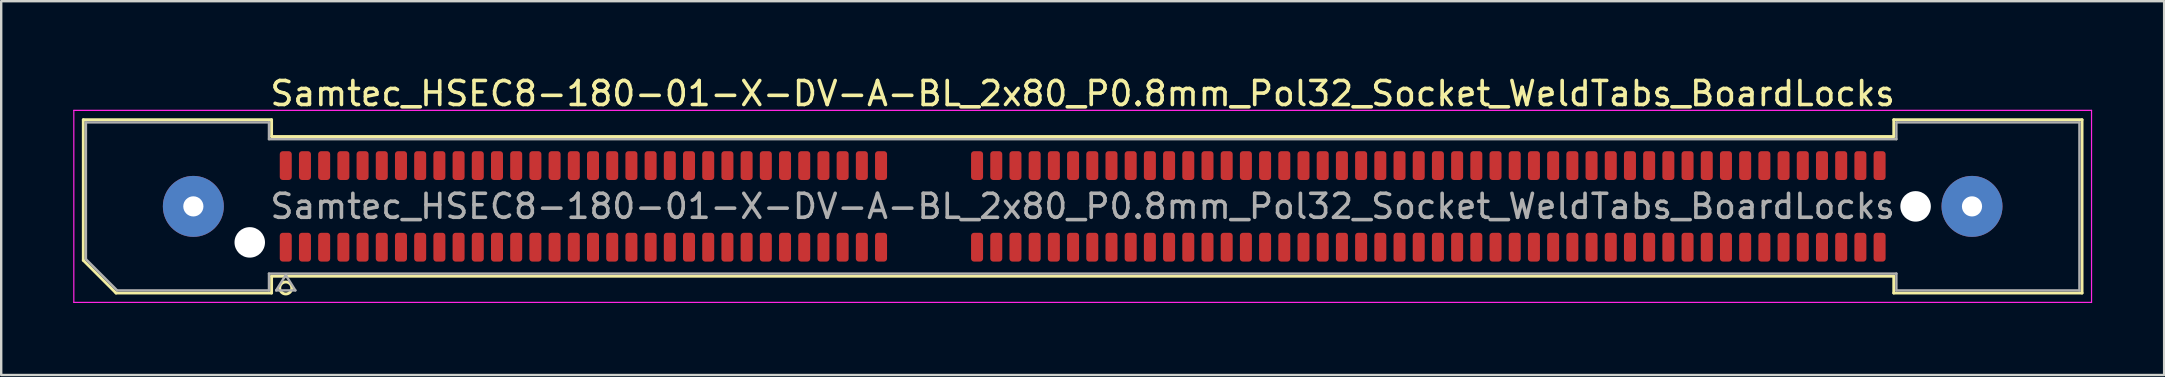
<source format=kicad_pcb>
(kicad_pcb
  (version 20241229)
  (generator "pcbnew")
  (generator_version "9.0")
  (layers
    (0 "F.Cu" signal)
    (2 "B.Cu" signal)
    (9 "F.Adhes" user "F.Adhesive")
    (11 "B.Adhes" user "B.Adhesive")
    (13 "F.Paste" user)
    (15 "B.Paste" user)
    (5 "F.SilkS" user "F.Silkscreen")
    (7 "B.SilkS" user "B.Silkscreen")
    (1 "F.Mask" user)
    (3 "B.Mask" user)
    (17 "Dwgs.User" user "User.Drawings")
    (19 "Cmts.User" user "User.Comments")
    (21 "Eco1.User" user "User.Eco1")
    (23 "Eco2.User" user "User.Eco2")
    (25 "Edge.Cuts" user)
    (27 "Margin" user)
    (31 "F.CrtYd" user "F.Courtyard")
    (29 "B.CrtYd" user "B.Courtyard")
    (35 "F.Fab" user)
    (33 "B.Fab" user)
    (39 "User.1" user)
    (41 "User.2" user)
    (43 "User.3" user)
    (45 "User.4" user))
  (footprint "Samtec_HSEC8-180-01-X-DV-A-BL_2x80_P0.8mm_Pol32_Socket_WeldTabs_BoardLocks"
    (layer "F.Cu")
    (at 42.055 5.548)
    (property "Reference" "Samtec_HSEC8-180-01-X-DV-A-BL_2x80_P0.8mm_Pol32_Socket_WeldTabs_BoardLocks" (at 0 -4.7 0) (layer "F.SilkS") (effects (font (size 1 1) (thickness 0.15))))
    (attr smd)
    (fp_line (start -41.635 -3.61) (end -33.79 -3.61) (stroke (width 0.12) (type solid)) (layer "F.SilkS"))
    (fp_line (start -41.635 2.246) (end -41.635 -3.61) (stroke (width 0.12) (type solid)) (layer "F.SilkS"))
    (fp_line (start -40.271 3.61) (end -41.635 2.246) (stroke (width 0.12) (type solid)) (layer "F.SilkS"))
    (fp_line (start -33.79 -3.61) (end -33.79 -2.91) (stroke (width 0.12) (type solid)) (layer "F.SilkS"))
    (fp_line (start -33.79 -2.91) (end 33.79 -2.91) (stroke (width 0.12) (type solid)) (layer "F.SilkS"))
    (fp_line (start -33.79 2.91) (end -33.79 3.61) (stroke (width 0.12) (type solid)) (layer "F.SilkS"))
    (fp_line (start -33.79 3.61) (end -40.271 3.61) (stroke (width 0.12) (type solid)) (layer "F.SilkS"))
    (fp_line (start 33.79 -3.61) (end 41.635 -3.61) (stroke (width 0.12) (type solid)) (layer "F.SilkS"))
    (fp_line (start 33.79 -2.91) (end 33.79 -3.61) (stroke (width 0.12) (type solid)) (layer "F.SilkS"))
    (fp_line (start 33.79 2.91) (end -33.79 2.91) (stroke (width 0.12) (type solid)) (layer "F.SilkS"))
    (fp_line (start 33.79 3.61) (end 33.79 2.91) (stroke (width 0.12) (type solid)) (layer "F.SilkS"))
    (fp_line (start 41.635 -3.61) (end 41.635 3.61) (stroke (width 0.12) (type solid)) (layer "F.SilkS"))
    (fp_line (start 41.635 3.61) (end 33.79 3.61) (stroke (width 0.12) (type solid)) (layer "F.SilkS"))
    (fp_circle (center -33.2 3.4) (end -32.95 3.4) (stroke (width 0.12) (type solid)) (fill no) (layer "F.SilkS"))
    (fp_line (start -42.03 -4) (end -42.03 4) (stroke (width 0.05) (type solid)) (layer "F.CrtYd"))
    (fp_line (start -42.03 4) (end 42.03 4) (stroke (width 0.05) (type solid)) (layer "F.CrtYd"))
    (fp_line (start 42.03 -4) (end -42.03 -4) (stroke (width 0.05) (type solid)) (layer "F.CrtYd"))
    (fp_line (start 42.03 4) (end 42.03 -4) (stroke (width 0.05) (type solid)) (layer "F.CrtYd"))
    (fp_line (start -41.525 -3.5) (end -33.9 -3.5) (stroke (width 0.1) (type solid)) (layer "F.Fab"))
    (fp_line (start -41.525 2.2) (end -41.525 -3.5) (stroke (width 0.1) (type solid)) (layer "F.Fab"))
    (fp_line (start -40.225 3.5) (end -41.525 2.2) (stroke (width 0.1) (type solid)) (layer "F.Fab"))
    (fp_line (start -33.9 -3.5) (end -33.9 -2.8) (stroke (width 0.1) (type solid)) (layer "F.Fab"))
    (fp_line (start -33.9 -2.8) (end 33.9 -2.8) (stroke (width 0.1) (type solid)) (layer "F.Fab"))
    (fp_line (start -33.9 2.8) (end -33.9 3.5) (stroke (width 0.1) (type solid)) (layer "F.Fab"))
    (fp_line (start -33.9 3.5) (end -40.225 3.5) (stroke (width 0.1) (type solid)) (layer "F.Fab"))
    (fp_line (start -33.6 3.5) (end -33.2 2.86) (stroke (width 0.1) (type solid)) (layer "F.Fab"))
    (fp_line (start -33.2 2.86) (end -32.8 3.5) (stroke (width 0.1) (type solid)) (layer "F.Fab"))
    (fp_line (start -32.8 3.5) (end -33.6 3.5) (stroke (width 0.1) (type solid)) (layer "F.Fab"))
    (fp_line (start 33.9 -3.5) (end 41.525 -3.5) (stroke (width 0.1) (type solid)) (layer "F.Fab"))
    (fp_line (start 33.9 -2.8) (end 33.9 -3.5) (stroke (width 0.1) (type solid)) (layer "F.Fab"))
    (fp_line (start 33.9 2.8) (end -33.9 2.8) (stroke (width 0.1) (type solid)) (layer "F.Fab"))
    (fp_line (start 33.9 3.5) (end 33.9 2.8) (stroke (width 0.1) (type solid)) (layer "F.Fab"))
    (fp_line (start 41.525 -3.5) (end 41.525 3.5) (stroke (width 0.1) (type solid)) (layer "F.Fab"))
    (fp_line (start 41.525 3.5) (end 33.9 3.5) (stroke (width 0.1) (type solid)) (layer "F.Fab"))
    (fp_text user "${REFERENCE}" (at 0 0 0) (layer "F.Fab") (effects (font (size 1 1) (thickness 0.15))))
    (pad "" thru_hole circle (at -37.05 0) (size 2.54 2.54) (drill 0.84) (layers "*.Cu" "*.Mask" "F.Paste"))
    (pad "" np_thru_hole circle (at -34.7 1.5) (size 1.27 1.27) (drill 1.27) (layers "*.Cu" "*.Mask"))
    (pad "" np_thru_hole circle (at 34.7 0) (size 1.27 1.27) (drill 1.27) (layers "*.Cu" "*.Mask"))
    (pad "" thru_hole circle (at 37.05 0) (size 2.54 2.54) (drill 0.84) (layers "*.Cu" "*.Mask" "F.Paste"))
    (pad "1" smd roundrect (at -33.2 1.7) (size 0.5 1.2) (layers "F.Cu" "F.Mask" "F.Paste") (roundrect_rratio 0.25))
    (pad "2" smd roundrect (at -33.2 -1.7) (size 0.5 1.2) (layers "F.Cu" "F.Mask" "F.Paste") (roundrect_rratio 0.25))
    (pad "3" smd roundrect (at -32.4 1.7) (size 0.5 1.2) (layers "F.Cu" "F.Mask" "F.Paste") (roundrect_rratio 0.25))
    (pad "4" smd roundrect (at -32.4 -1.7) (size 0.5 1.2) (layers "F.Cu" "F.Mask" "F.Paste") (roundrect_rratio 0.25))
    (pad "5" smd roundrect (at -31.6 1.7) (size 0.5 1.2) (layers "F.Cu" "F.Mask" "F.Paste") (roundrect_rratio 0.25))
    (pad "6" smd roundrect (at -31.6 -1.7) (size 0.5 1.2) (layers "F.Cu" "F.Mask" "F.Paste") (roundrect_rratio 0.25))
    (pad "7" smd roundrect (at -30.8 1.7) (size 0.5 1.2) (layers "F.Cu" "F.Mask" "F.Paste") (roundrect_rratio 0.25))
    (pad "8" smd roundrect (at -30.8 -1.7) (size 0.5 1.2) (layers "F.Cu" "F.Mask" "F.Paste") (roundrect_rratio 0.25))
    (pad "9" smd roundrect (at -30 1.7) (size 0.5 1.2) (layers "F.Cu" "F.Mask" "F.Paste") (roundrect_rratio 0.25))
    (pad "10" smd roundrect (at -30 -1.7) (size 0.5 1.2) (layers "F.Cu" "F.Mask" "F.Paste") (roundrect_rratio 0.25))
    (pad "11" smd roundrect (at -29.2 1.7) (size 0.5 1.2) (layers "F.Cu" "F.Mask" "F.Paste") (roundrect_rratio 0.25))
    (pad "12" smd roundrect (at -29.2 -1.7) (size 0.5 1.2) (layers "F.Cu" "F.Mask" "F.Paste") (roundrect_rratio 0.25))
    (pad "13" smd roundrect (at -28.4 1.7) (size 0.5 1.2) (layers "F.Cu" "F.Mask" "F.Paste") (roundrect_rratio 0.25))
    (pad "14" smd roundrect (at -28.4 -1.7) (size 0.5 1.2) (layers "F.Cu" "F.Mask" "F.Paste") (roundrect_rratio 0.25))
    (pad "15" smd roundrect (at -27.6 1.7) (size 0.5 1.2) (layers "F.Cu" "F.Mask" "F.Paste") (roundrect_rratio 0.25))
    (pad "16" smd roundrect (at -27.6 -1.7) (size 0.5 1.2) (layers "F.Cu" "F.Mask" "F.Paste") (roundrect_rratio 0.25))
    (pad "17" smd roundrect (at -26.8 1.7) (size 0.5 1.2) (layers "F.Cu" "F.Mask" "F.Paste") (roundrect_rratio 0.25))
    (pad "18" smd roundrect (at -26.8 -1.7) (size 0.5 1.2) (layers "F.Cu" "F.Mask" "F.Paste") (roundrect_rratio 0.25))
    (pad "19" smd roundrect (at -26 1.7) (size 0.5 1.2) (layers "F.Cu" "F.Mask" "F.Paste") (roundrect_rratio 0.25))
    (pad "20" smd roundrect (at -26 -1.7) (size 0.5 1.2) (layers "F.Cu" "F.Mask" "F.Paste") (roundrect_rratio 0.25))
    (pad "21" smd roundrect (at -25.2 1.7) (size 0.5 1.2) (layers "F.Cu" "F.Mask" "F.Paste") (roundrect_rratio 0.25))
    (pad "22" smd roundrect (at -25.2 -1.7) (size 0.5 1.2) (layers "F.Cu" "F.Mask" "F.Paste") (roundrect_rratio 0.25))
    (pad "23" smd roundrect (at -24.4 1.7) (size 0.5 1.2) (layers "F.Cu" "F.Mask" "F.Paste") (roundrect_rratio 0.25))
    (pad "24" smd roundrect (at -24.4 -1.7) (size 0.5 1.2) (layers "F.Cu" "F.Mask" "F.Paste") (roundrect_rratio 0.25))
    (pad "25" smd roundrect (at -23.6 1.7) (size 0.5 1.2) (layers "F.Cu" "F.Mask" "F.Paste") (roundrect_rratio 0.25))
    (pad "26" smd roundrect (at -23.6 -1.7) (size 0.5 1.2) (layers "F.Cu" "F.Mask" "F.Paste") (roundrect_rratio 0.25))
    (pad "27" smd roundrect (at -22.8 1.7) (size 0.5 1.2) (layers "F.Cu" "F.Mask" "F.Paste") (roundrect_rratio 0.25))
    (pad "28" smd roundrect (at -22.8 -1.7) (size 0.5 1.2) (layers "F.Cu" "F.Mask" "F.Paste") (roundrect_rratio 0.25))
    (pad "29" smd roundrect (at -22 1.7) (size 0.5 1.2) (layers "F.Cu" "F.Mask" "F.Paste") (roundrect_rratio 0.25))
    (pad "30" smd roundrect (at -22 -1.7) (size 0.5 1.2) (layers "F.Cu" "F.Mask" "F.Paste") (roundrect_rratio 0.25))
    (pad "31" smd roundrect (at -21.2 1.7) (size 0.5 1.2) (layers "F.Cu" "F.Mask" "F.Paste") (roundrect_rratio 0.25))
    (pad "32" smd roundrect (at -21.2 -1.7) (size 0.5 1.2) (layers "F.Cu" "F.Mask" "F.Paste") (roundrect_rratio 0.25))
    (pad "33" smd roundrect (at -20.4 1.7) (size 0.5 1.2) (layers "F.Cu" "F.Mask" "F.Paste") (roundrect_rratio 0.25))
    (pad "34" smd roundrect (at -20.4 -1.7) (size 0.5 1.2) (layers "F.Cu" "F.Mask" "F.Paste") (roundrect_rratio 0.25))
    (pad "35" smd roundrect (at -19.6 1.7) (size 0.5 1.2) (layers "F.Cu" "F.Mask" "F.Paste") (roundrect_rratio 0.25))
    (pad "36" smd roundrect (at -19.6 -1.7) (size 0.5 1.2) (layers "F.Cu" "F.Mask" "F.Paste") (roundrect_rratio 0.25))
    (pad "37" smd roundrect (at -18.8 1.7) (size 0.5 1.2) (layers "F.Cu" "F.Mask" "F.Paste") (roundrect_rratio 0.25))
    (pad "38" smd roundrect (at -18.8 -1.7) (size 0.5 1.2) (layers "F.Cu" "F.Mask" "F.Paste") (roundrect_rratio 0.25))
    (pad "39" smd roundrect (at -18 1.7) (size 0.5 1.2) (layers "F.Cu" "F.Mask" "F.Paste") (roundrect_rratio 0.25))
    (pad "40" smd roundrect (at -18 -1.7) (size 0.5 1.2) (layers "F.Cu" "F.Mask" "F.Paste") (roundrect_rratio 0.25))
    (pad "41" smd roundrect (at -17.2 1.7) (size 0.5 1.2) (layers "F.Cu" "F.Mask" "F.Paste") (roundrect_rratio 0.25))
    (pad "42" smd roundrect (at -17.2 -1.7) (size 0.5 1.2) (layers "F.Cu" "F.Mask" "F.Paste") (roundrect_rratio 0.25))
    (pad "43" smd roundrect (at -16.4 1.7) (size 0.5 1.2) (layers "F.Cu" "F.Mask" "F.Paste") (roundrect_rratio 0.25))
    (pad "44" smd roundrect (at -16.4 -1.7) (size 0.5 1.2) (layers "F.Cu" "F.Mask" "F.Paste") (roundrect_rratio 0.25))
    (pad "45" smd roundrect (at -15.6 1.7) (size 0.5 1.2) (layers "F.Cu" "F.Mask" "F.Paste") (roundrect_rratio 0.25))
    (pad "46" smd roundrect (at -15.6 -1.7) (size 0.5 1.2) (layers "F.Cu" "F.Mask" "F.Paste") (roundrect_rratio 0.25))
    (pad "47" smd roundrect (at -14.8 1.7) (size 0.5 1.2) (layers "F.Cu" "F.Mask" "F.Paste") (roundrect_rratio 0.25))
    (pad "48" smd roundrect (at -14.8 -1.7) (size 0.5 1.2) (layers "F.Cu" "F.Mask" "F.Paste") (roundrect_rratio 0.25))
    (pad "49" smd roundrect (at -14 1.7) (size 0.5 1.2) (layers "F.Cu" "F.Mask" "F.Paste") (roundrect_rratio 0.25))
    (pad "50" smd roundrect (at -14 -1.7) (size 0.5 1.2) (layers "F.Cu" "F.Mask" "F.Paste") (roundrect_rratio 0.25))
    (pad "51" smd roundrect (at -13.2 1.7) (size 0.5 1.2) (layers "F.Cu" "F.Mask" "F.Paste") (roundrect_rratio 0.25))
    (pad "52" smd roundrect (at -13.2 -1.7) (size 0.5 1.2) (layers "F.Cu" "F.Mask" "F.Paste") (roundrect_rratio 0.25))
    (pad "53" smd roundrect (at -12.4 1.7) (size 0.5 1.2) (layers "F.Cu" "F.Mask" "F.Paste") (roundrect_rratio 0.25))
    (pad "54" smd roundrect (at -12.4 -1.7) (size 0.5 1.2) (layers "F.Cu" "F.Mask" "F.Paste") (roundrect_rratio 0.25))
    (pad "55" smd roundrect (at -11.6 1.7) (size 0.5 1.2) (layers "F.Cu" "F.Mask" "F.Paste") (roundrect_rratio 0.25))
    (pad "56" smd roundrect (at -11.6 -1.7) (size 0.5 1.2) (layers "F.Cu" "F.Mask" "F.Paste") (roundrect_rratio 0.25))
    (pad "57" smd roundrect (at -10.8 1.7) (size 0.5 1.2) (layers "F.Cu" "F.Mask" "F.Paste") (roundrect_rratio 0.25))
    (pad "58" smd roundrect (at -10.8 -1.7) (size 0.5 1.2) (layers "F.Cu" "F.Mask" "F.Paste") (roundrect_rratio 0.25))
    (pad "59" smd roundrect (at -10 1.7) (size 0.5 1.2) (layers "F.Cu" "F.Mask" "F.Paste") (roundrect_rratio 0.25))
    (pad "60" smd roundrect (at -10 -1.7) (size 0.5 1.2) (layers "F.Cu" "F.Mask" "F.Paste") (roundrect_rratio 0.25))
    (pad "61" smd roundrect (at -9.2 1.7) (size 0.5 1.2) (layers "F.Cu" "F.Mask" "F.Paste") (roundrect_rratio 0.25))
    (pad "62" smd roundrect (at -9.2 -1.7) (size 0.5 1.2) (layers "F.Cu" "F.Mask" "F.Paste") (roundrect_rratio 0.25))
    (pad "63" smd roundrect (at -8.4 1.7) (size 0.5 1.2) (layers "F.Cu" "F.Mask" "F.Paste") (roundrect_rratio 0.25))
    (pad "64" smd roundrect (at -8.4 -1.7) (size 0.5 1.2) (layers "F.Cu" "F.Mask" "F.Paste") (roundrect_rratio 0.25))
    (pad "65" smd roundrect (at -4.4 1.7) (size 0.5 1.2) (layers "F.Cu" "F.Mask" "F.Paste") (roundrect_rratio 0.25))
    (pad "66" smd roundrect (at -4.4 -1.7) (size 0.5 1.2) (layers "F.Cu" "F.Mask" "F.Paste") (roundrect_rratio 0.25))
    (pad "67" smd roundrect (at -3.6 1.7) (size 0.5 1.2) (layers "F.Cu" "F.Mask" "F.Paste") (roundrect_rratio 0.25))
    (pad "68" smd roundrect (at -3.6 -1.7) (size 0.5 1.2) (layers "F.Cu" "F.Mask" "F.Paste") (roundrect_rratio 0.25))
    (pad "69" smd roundrect (at -2.8 1.7) (size 0.5 1.2) (layers "F.Cu" "F.Mask" "F.Paste") (roundrect_rratio 0.25))
    (pad "70" smd roundrect (at -2.8 -1.7) (size 0.5 1.2) (layers "F.Cu" "F.Mask" "F.Paste") (roundrect_rratio 0.25))
    (pad "71" smd roundrect (at -2 1.7) (size 0.5 1.2) (layers "F.Cu" "F.Mask" "F.Paste") (roundrect_rratio 0.25))
    (pad "72" smd roundrect (at -2 -1.7) (size 0.5 1.2) (layers "F.Cu" "F.Mask" "F.Paste") (roundrect_rratio 0.25))
    (pad "73" smd roundrect (at -1.2 1.7) (size 0.5 1.2) (layers "F.Cu" "F.Mask" "F.Paste") (roundrect_rratio 0.25))
    (pad "74" smd roundrect (at -1.2 -1.7) (size 0.5 1.2) (layers "F.Cu" "F.Mask" "F.Paste") (roundrect_rratio 0.25))
    (pad "75" smd roundrect (at -0.4 1.7) (size 0.5 1.2) (layers "F.Cu" "F.Mask" "F.Paste") (roundrect_rratio 0.25))
    (pad "76" smd roundrect (at -0.4 -1.7) (size 0.5 1.2) (layers "F.Cu" "F.Mask" "F.Paste") (roundrect_rratio 0.25))
    (pad "77" smd roundrect (at 0.4 1.7) (size 0.5 1.2) (layers "F.Cu" "F.Mask" "F.Paste") (roundrect_rratio 0.25))
    (pad "78" smd roundrect (at 0.4 -1.7) (size 0.5 1.2) (layers "F.Cu" "F.Mask" "F.Paste") (roundrect_rratio 0.25))
    (pad "79" smd roundrect (at 1.2 1.7) (size 0.5 1.2) (layers "F.Cu" "F.Mask" "F.Paste") (roundrect_rratio 0.25))
    (pad "80" smd roundrect (at 1.2 -1.7) (size 0.5 1.2) (layers "F.Cu" "F.Mask" "F.Paste") (roundrect_rratio 0.25))
    (pad "81" smd roundrect (at 2 1.7) (size 0.5 1.2) (layers "F.Cu" "F.Mask" "F.Paste") (roundrect_rratio 0.25))
    (pad "82" smd roundrect (at 2 -1.7) (size 0.5 1.2) (layers "F.Cu" "F.Mask" "F.Paste") (roundrect_rratio 0.25))
    (pad "83" smd roundrect (at 2.8 1.7) (size 0.5 1.2) (layers "F.Cu" "F.Mask" "F.Paste") (roundrect_rratio 0.25))
    (pad "84" smd roundrect (at 2.8 -1.7) (size 0.5 1.2) (layers "F.Cu" "F.Mask" "F.Paste") (roundrect_rratio 0.25))
    (pad "85" smd roundrect (at 3.6 1.7) (size 0.5 1.2) (layers "F.Cu" "F.Mask" "F.Paste") (roundrect_rratio 0.25))
    (pad "86" smd roundrect (at 3.6 -1.7) (size 0.5 1.2) (layers "F.Cu" "F.Mask" "F.Paste") (roundrect_rratio 0.25))
    (pad "87" smd roundrect (at 4.4 1.7) (size 0.5 1.2) (layers "F.Cu" "F.Mask" "F.Paste") (roundrect_rratio 0.25))
    (pad "88" smd roundrect (at 4.4 -1.7) (size 0.5 1.2) (layers "F.Cu" "F.Mask" "F.Paste") (roundrect_rratio 0.25))
    (pad "89" smd roundrect (at 5.2 1.7) (size 0.5 1.2) (layers "F.Cu" "F.Mask" "F.Paste") (roundrect_rratio 0.25))
    (pad "90" smd roundrect (at 5.2 -1.7) (size 0.5 1.2) (layers "F.Cu" "F.Mask" "F.Paste") (roundrect_rratio 0.25))
    (pad "91" smd roundrect (at 6 1.7) (size 0.5 1.2) (layers "F.Cu" "F.Mask" "F.Paste") (roundrect_rratio 0.25))
    (pad "92" smd roundrect (at 6 -1.7) (size 0.5 1.2) (layers "F.Cu" "F.Mask" "F.Paste") (roundrect_rratio 0.25))
    (pad "93" smd roundrect (at 6.8 1.7) (size 0.5 1.2) (layers "F.Cu" "F.Mask" "F.Paste") (roundrect_rratio 0.25))
    (pad "94" smd roundrect (at 6.8 -1.7) (size 0.5 1.2) (layers "F.Cu" "F.Mask" "F.Paste") (roundrect_rratio 0.25))
    (pad "95" smd roundrect (at 7.6 1.7) (size 0.5 1.2) (layers "F.Cu" "F.Mask" "F.Paste") (roundrect_rratio 0.25))
    (pad "96" smd roundrect (at 7.6 -1.7) (size 0.5 1.2) (layers "F.Cu" "F.Mask" "F.Paste") (roundrect_rratio 0.25))
    (pad "97" smd roundrect (at 8.4 1.7) (size 0.5 1.2) (layers "F.Cu" "F.Mask" "F.Paste") (roundrect_rratio 0.25))
    (pad "98" smd roundrect (at 8.4 -1.7) (size 0.5 1.2) (layers "F.Cu" "F.Mask" "F.Paste") (roundrect_rratio 0.25))
    (pad "99" smd roundrect (at 9.2 1.7) (size 0.5 1.2) (layers "F.Cu" "F.Mask" "F.Paste") (roundrect_rratio 0.25))
    (pad "100" smd roundrect (at 9.2 -1.7) (size 0.5 1.2) (layers "F.Cu" "F.Mask" "F.Paste") (roundrect_rratio 0.25))
    (pad "101" smd roundrect (at 10 1.7) (size 0.5 1.2) (layers "F.Cu" "F.Mask" "F.Paste") (roundrect_rratio 0.25))
    (pad "102" smd roundrect (at 10 -1.7) (size 0.5 1.2) (layers "F.Cu" "F.Mask" "F.Paste") (roundrect_rratio 0.25))
    (pad "103" smd roundrect (at 10.8 1.7) (size 0.5 1.2) (layers "F.Cu" "F.Mask" "F.Paste") (roundrect_rratio 0.25))
    (pad "104" smd roundrect (at 10.8 -1.7) (size 0.5 1.2) (layers "F.Cu" "F.Mask" "F.Paste") (roundrect_rratio 0.25))
    (pad "105" smd roundrect (at 11.6 1.7) (size 0.5 1.2) (layers "F.Cu" "F.Mask" "F.Paste") (roundrect_rratio 0.25))
    (pad "106" smd roundrect (at 11.6 -1.7) (size 0.5 1.2) (layers "F.Cu" "F.Mask" "F.Paste") (roundrect_rratio 0.25))
    (pad "107" smd roundrect (at 12.4 1.7) (size 0.5 1.2) (layers "F.Cu" "F.Mask" "F.Paste") (roundrect_rratio 0.25))
    (pad "108" smd roundrect (at 12.4 -1.7) (size 0.5 1.2) (layers "F.Cu" "F.Mask" "F.Paste") (roundrect_rratio 0.25))
    (pad "109" smd roundrect (at 13.2 1.7) (size 0.5 1.2) (layers "F.Cu" "F.Mask" "F.Paste") (roundrect_rratio 0.25))
    (pad "110" smd roundrect (at 13.2 -1.7) (size 0.5 1.2) (layers "F.Cu" "F.Mask" "F.Paste") (roundrect_rratio 0.25))
    (pad "111" smd roundrect (at 14 1.7) (size 0.5 1.2) (layers "F.Cu" "F.Mask" "F.Paste") (roundrect_rratio 0.25))
    (pad "112" smd roundrect (at 14 -1.7) (size 0.5 1.2) (layers "F.Cu" "F.Mask" "F.Paste") (roundrect_rratio 0.25))
    (pad "113" smd roundrect (at 14.8 1.7) (size 0.5 1.2) (layers "F.Cu" "F.Mask" "F.Paste") (roundrect_rratio 0.25))
    (pad "114" smd roundrect (at 14.8 -1.7) (size 0.5 1.2) (layers "F.Cu" "F.Mask" "F.Paste") (roundrect_rratio 0.25))
    (pad "115" smd roundrect (at 15.6 1.7) (size 0.5 1.2) (layers "F.Cu" "F.Mask" "F.Paste") (roundrect_rratio 0.25))
    (pad "116" smd roundrect (at 15.6 -1.7) (size 0.5 1.2) (layers "F.Cu" "F.Mask" "F.Paste") (roundrect_rratio 0.25))
    (pad "117" smd roundrect (at 16.4 1.7) (size 0.5 1.2) (layers "F.Cu" "F.Mask" "F.Paste") (roundrect_rratio 0.25))
    (pad "118" smd roundrect (at 16.4 -1.7) (size 0.5 1.2) (layers "F.Cu" "F.Mask" "F.Paste") (roundrect_rratio 0.25))
    (pad "119" smd roundrect (at 17.2 1.7) (size 0.5 1.2) (layers "F.Cu" "F.Mask" "F.Paste") (roundrect_rratio 0.25))
    (pad "120" smd roundrect (at 17.2 -1.7) (size 0.5 1.2) (layers "F.Cu" "F.Mask" "F.Paste") (roundrect_rratio 0.25))
    (pad "121" smd roundrect (at 18 1.7) (size 0.5 1.2) (layers "F.Cu" "F.Mask" "F.Paste") (roundrect_rratio 0.25))
    (pad "122" smd roundrect (at 18 -1.7) (size 0.5 1.2) (layers "F.Cu" "F.Mask" "F.Paste") (roundrect_rratio 0.25))
    (pad "123" smd roundrect (at 18.8 1.7) (size 0.5 1.2) (layers "F.Cu" "F.Mask" "F.Paste") (roundrect_rratio 0.25))
    (pad "124" smd roundrect (at 18.8 -1.7) (size 0.5 1.2) (layers "F.Cu" "F.Mask" "F.Paste") (roundrect_rratio 0.25))
    (pad "125" smd roundrect (at 19.6 1.7) (size 0.5 1.2) (layers "F.Cu" "F.Mask" "F.Paste") (roundrect_rratio 0.25))
    (pad "126" smd roundrect (at 19.6 -1.7) (size 0.5 1.2) (layers "F.Cu" "F.Mask" "F.Paste") (roundrect_rratio 0.25))
    (pad "127" smd roundrect (at 20.4 1.7) (size 0.5 1.2) (layers "F.Cu" "F.Mask" "F.Paste") (roundrect_rratio 0.25))
    (pad "128" smd roundrect (at 20.4 -1.7) (size 0.5 1.2) (layers "F.Cu" "F.Mask" "F.Paste") (roundrect_rratio 0.25))
    (pad "129" smd roundrect (at 21.2 1.7) (size 0.5 1.2) (layers "F.Cu" "F.Mask" "F.Paste") (roundrect_rratio 0.25))
    (pad "130" smd roundrect (at 21.2 -1.7) (size 0.5 1.2) (layers "F.Cu" "F.Mask" "F.Paste") (roundrect_rratio 0.25))
    (pad "131" smd roundrect (at 22 1.7) (size 0.5 1.2) (layers "F.Cu" "F.Mask" "F.Paste") (roundrect_rratio 0.25))
    (pad "132" smd roundrect (at 22 -1.7) (size 0.5 1.2) (layers "F.Cu" "F.Mask" "F.Paste") (roundrect_rratio 0.25))
    (pad "133" smd roundrect (at 22.8 1.7) (size 0.5 1.2) (layers "F.Cu" "F.Mask" "F.Paste") (roundrect_rratio 0.25))
    (pad "134" smd roundrect (at 22.8 -1.7) (size 0.5 1.2) (layers "F.Cu" "F.Mask" "F.Paste") (roundrect_rratio 0.25))
    (pad "135" smd roundrect (at 23.6 1.7) (size 0.5 1.2) (layers "F.Cu" "F.Mask" "F.Paste") (roundrect_rratio 0.25))
    (pad "136" smd roundrect (at 23.6 -1.7) (size 0.5 1.2) (layers "F.Cu" "F.Mask" "F.Paste") (roundrect_rratio 0.25))
    (pad "137" smd roundrect (at 24.4 1.7) (size 0.5 1.2) (layers "F.Cu" "F.Mask" "F.Paste") (roundrect_rratio 0.25))
    (pad "138" smd roundrect (at 24.4 -1.7) (size 0.5 1.2) (layers "F.Cu" "F.Mask" "F.Paste") (roundrect_rratio 0.25))
    (pad "139" smd roundrect (at 25.2 1.7) (size 0.5 1.2) (layers "F.Cu" "F.Mask" "F.Paste") (roundrect_rratio 0.25))
    (pad "140" smd roundrect (at 25.2 -1.7) (size 0.5 1.2) (layers "F.Cu" "F.Mask" "F.Paste") (roundrect_rratio 0.25))
    (pad "141" smd roundrect (at 26 1.7) (size 0.5 1.2) (layers "F.Cu" "F.Mask" "F.Paste") (roundrect_rratio 0.25))
    (pad "142" smd roundrect (at 26 -1.7) (size 0.5 1.2) (layers "F.Cu" "F.Mask" "F.Paste") (roundrect_rratio 0.25))
    (pad "143" smd roundrect (at 26.8 1.7) (size 0.5 1.2) (layers "F.Cu" "F.Mask" "F.Paste") (roundrect_rratio 0.25))
    (pad "144" smd roundrect (at 26.8 -1.7) (size 0.5 1.2) (layers "F.Cu" "F.Mask" "F.Paste") (roundrect_rratio 0.25))
    (pad "145" smd roundrect (at 27.6 1.7) (size 0.5 1.2) (layers "F.Cu" "F.Mask" "F.Paste") (roundrect_rratio 0.25))
    (pad "146" smd roundrect (at 27.6 -1.7) (size 0.5 1.2) (layers "F.Cu" "F.Mask" "F.Paste") (roundrect_rratio 0.25))
    (pad "147" smd roundrect (at 28.4 1.7) (size 0.5 1.2) (layers "F.Cu" "F.Mask" "F.Paste") (roundrect_rratio 0.25))
    (pad "148" smd roundrect (at 28.4 -1.7) (size 0.5 1.2) (layers "F.Cu" "F.Mask" "F.Paste") (roundrect_rratio 0.25))
    (pad "149" smd roundrect (at 29.2 1.7) (size 0.5 1.2) (layers "F.Cu" "F.Mask" "F.Paste") (roundrect_rratio 0.25))
    (pad "150" smd roundrect (at 29.2 -1.7) (size 0.5 1.2) (layers "F.Cu" "F.Mask" "F.Paste") (roundrect_rratio 0.25))
    (pad "151" smd roundrect (at 30 1.7) (size 0.5 1.2) (layers "F.Cu" "F.Mask" "F.Paste") (roundrect_rratio 0.25))
    (pad "152" smd roundrect (at 30 -1.7) (size 0.5 1.2) (layers "F.Cu" "F.Mask" "F.Paste") (roundrect_rratio 0.25))
    (pad "153" smd roundrect (at 30.8 1.7) (size 0.5 1.2) (layers "F.Cu" "F.Mask" "F.Paste") (roundrect_rratio 0.25))
    (pad "154" smd roundrect (at 30.8 -1.7) (size 0.5 1.2) (layers "F.Cu" "F.Mask" "F.Paste") (roundrect_rratio 0.25))
    (pad "155" smd roundrect (at 31.6 1.7) (size 0.5 1.2) (layers "F.Cu" "F.Mask" "F.Paste") (roundrect_rratio 0.25))
    (pad "156" smd roundrect (at 31.6 -1.7) (size 0.5 1.2) (layers "F.Cu" "F.Mask" "F.Paste") (roundrect_rratio 0.25))
    (pad "157" smd roundrect (at 32.4 1.7) (size 0.5 1.2) (layers "F.Cu" "F.Mask" "F.Paste") (roundrect_rratio 0.25))
    (pad "158" smd roundrect (at 32.4 -1.7) (size 0.5 1.2) (layers "F.Cu" "F.Mask" "F.Paste") (roundrect_rratio 0.25))
    (pad "159" smd roundrect (at 33.2 1.7) (size 0.5 1.2) (layers "F.Cu" "F.Mask" "F.Paste") (roundrect_rratio 0.25))
    (pad "160" smd roundrect (at 33.2 -1.7) (size 0.5 1.2) (layers "F.Cu" "F.Mask" "F.Paste") (roundrect_rratio 0.25)))
  (gr_rect
    (start -3 -3)
    (end 87.11 12.573)
    (stroke (width 0.1) (type default))
    (fill no)
    (layer "Edge.Cuts")))
</source>
